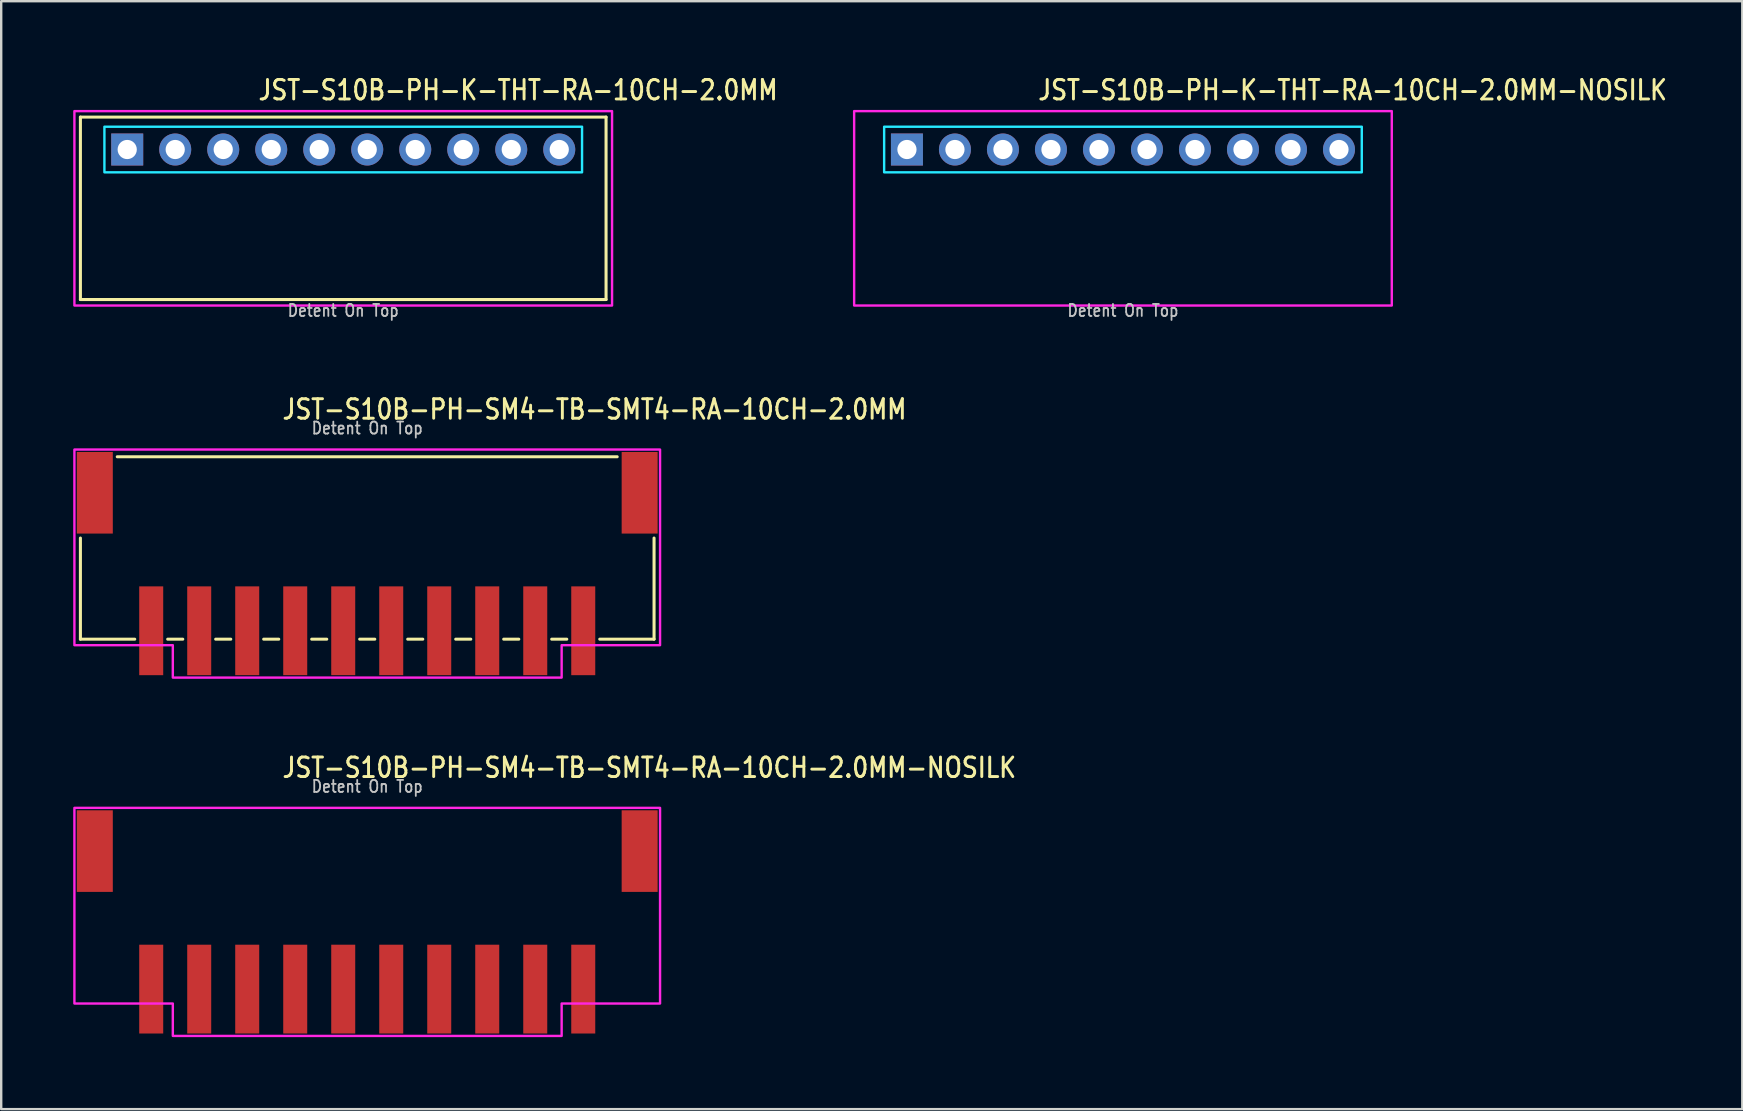
<source format=kicad_pcb>
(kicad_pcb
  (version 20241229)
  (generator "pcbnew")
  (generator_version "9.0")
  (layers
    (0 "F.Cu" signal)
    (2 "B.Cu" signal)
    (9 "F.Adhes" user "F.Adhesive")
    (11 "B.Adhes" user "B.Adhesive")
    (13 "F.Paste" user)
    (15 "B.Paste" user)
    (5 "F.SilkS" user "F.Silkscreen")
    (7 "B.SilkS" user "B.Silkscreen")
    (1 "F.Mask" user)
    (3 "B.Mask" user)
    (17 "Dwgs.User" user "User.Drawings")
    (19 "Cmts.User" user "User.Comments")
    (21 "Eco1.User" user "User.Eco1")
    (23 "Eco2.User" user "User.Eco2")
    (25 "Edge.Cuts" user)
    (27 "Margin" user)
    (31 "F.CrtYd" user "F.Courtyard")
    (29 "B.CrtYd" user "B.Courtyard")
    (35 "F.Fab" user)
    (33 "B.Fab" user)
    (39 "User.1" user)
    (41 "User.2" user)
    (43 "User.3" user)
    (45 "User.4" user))
  (footprint "JST-S10B-PH-SM4-TB-SMT4-RA-10CH-2.0MM"
    (layer "F.Cu")
    (at 12.25 17.48)
    (property "Reference" "JST-S10B-PH-SM4-TB-SMT4-RA-10CH-2.0MM" (at -3.6 -3 0) (unlocked yes) (layer "F.SilkS") (effects (font (size 0.813 0.695) (thickness 0.122)) (justify left bottom)))
    (fp_line (start -11.95 6.1) (end -11.95 1.887) (stroke (width 0.127) (type solid)) (layer "F.SilkS"))
    (fp_line (start -11.95 6.1) (end -9.687 6.1) (stroke (width 0.127) (type solid)) (layer "F.SilkS"))
    (fp_line (start -10.414 -1.5) (end 10.414 -1.5) (stroke (width 0.127) (type solid)) (layer "F.SilkS"))
    (fp_line (start -8.313 6.1) (end -7.686 6.1) (stroke (width 0.127) (type solid)) (layer "F.SilkS"))
    (fp_line (start -6.314 6.1) (end -5.686 6.1) (stroke (width 0.127) (type solid)) (layer "F.SilkS"))
    (fp_line (start -4.314 6.1) (end -3.687 6.1) (stroke (width 0.127) (type solid)) (layer "F.SilkS"))
    (fp_line (start -2.313 6.1) (end -1.687 6.1) (stroke (width 0.127) (type solid)) (layer "F.SilkS"))
    (fp_line (start -0.314 6.1) (end 0.314 6.1) (stroke (width 0.127) (type solid)) (layer "F.SilkS"))
    (fp_line (start 1.687 6.1) (end 2.313 6.1) (stroke (width 0.127) (type solid)) (layer "F.SilkS"))
    (fp_line (start 3.687 6.1) (end 4.314 6.1) (stroke (width 0.127) (type solid)) (layer "F.SilkS"))
    (fp_line (start 5.686 6.1) (end 6.314 6.1) (stroke (width 0.127) (type solid)) (layer "F.SilkS"))
    (fp_line (start 7.686 6.1) (end 8.313 6.1) (stroke (width 0.127) (type solid)) (layer "F.SilkS"))
    (fp_line (start 9.687 6.1) (end 11.95 6.1) (stroke (width 0.127) (type solid)) (layer "F.SilkS"))
    (fp_line (start 11.95 1.887) (end 11.95 6.1) (stroke (width 0.127) (type solid)) (layer "F.SilkS"))
    (fp_poly (pts (xy -12.2 -1.8) (xy -12.2 6.35) (xy -8.1 6.35) (xy -8.1 7.7) (xy 8.1 7.7) (xy 8.1 6.35) (xy 12.2 6.35) (xy 12.2 -1.8)) (stroke (width 0.1) (type solid)) (fill no) (layer "F.CrtYd"))
    (fp_text user "Detent On Top" (at 0 -2.4 0) (unlocked yes) (layer "Dwgs.User") (effects (font (size 0.5 0.427) (thickness 0.075)) (justify bottom)))
    (pad "1" smd rect (at 9 5.75) (size 1 3.7) (layers "F.Cu" "F.Mask" "F.Paste"))
    (pad "2" smd rect (at 7 5.75) (size 1 3.7) (layers "F.Cu" "F.Mask" "F.Paste"))
    (pad "3" smd rect (at 5 5.75) (size 1 3.7) (layers "F.Cu" "F.Mask" "F.Paste"))
    (pad "4" smd rect (at 3 5.75) (size 1 3.7) (layers "F.Cu" "F.Mask" "F.Paste"))
    (pad "5" smd rect (at 1 5.75) (size 1 3.7) (layers "F.Cu" "F.Mask" "F.Paste"))
    (pad "6" smd rect (at -1 5.75) (size 1 3.7) (layers "F.Cu" "F.Mask" "F.Paste"))
    (pad "7" smd rect (at -3 5.75) (size 1 3.7) (layers "F.Cu" "F.Mask" "F.Paste"))
    (pad "8" smd rect (at -5 5.75) (size 1 3.7) (layers "F.Cu" "F.Mask" "F.Paste"))
    (pad "9" smd rect (at -7 5.75) (size 1 3.7) (layers "F.Cu" "F.Mask" "F.Paste"))
    (pad "10" smd rect (at -9 5.75) (size 1 3.7) (layers "F.Cu" "F.Mask" "F.Paste"))
    (pad "S_1" smd rect (at -11.35 0) (size 1.5 3.4) (layers "F.Cu" "F.Mask" "F.Paste"))
    (pad "S_2" smd rect (at 11.35 0) (size 1.5 3.4) (layers "F.Cu" "F.Mask" "F.Paste")))
  (footprint "JST-S10B-PH-K-THT-RA-10CH-2.0MM"
    (layer "F.Cu")
    (at 11.25 3.179)
    (property "Reference" "JST-S10B-PH-K-THT-RA-10CH-2.0MM" (at -3.6 -2 0) (unlocked yes) (layer "F.SilkS") (effects (font (size 0.813 0.695) (thickness 0.122)) (justify left bottom)))
    (fp_line (start -10.95 -1.35) (end 10.95 -1.35) (stroke (width 0.127) (type solid)) (layer "F.SilkS"))
    (fp_line (start -10.95 6.25) (end -10.95 -1.35) (stroke (width 0.127) (type solid)) (layer "F.SilkS"))
    (fp_line (start -10.95 6.25) (end 10.95 6.25) (stroke (width 0.127) (type solid)) (layer "F.SilkS"))
    (fp_line (start 10.95 -1.35) (end 10.95 6.25) (stroke (width 0.127) (type solid)) (layer "F.SilkS"))
    (fp_poly (pts (xy -9.95 -0.95) (xy -9.95 0.95) (xy 9.95 0.95) (xy 9.95 -0.95)) (stroke (width 0.1) (type solid)) (fill no) (layer "B.CrtYd"))
    (fp_poly (pts (xy -11.2 -1.6) (xy -11.2 6.5) (xy 11.2 6.5) (xy 11.2 -1.6)) (stroke (width 0.1) (type solid)) (fill no) (layer "F.CrtYd"))
    (fp_text user "Detent On Top" (at 0 7 0) (unlocked yes) (layer "Dwgs.User") (effects (font (size 0.5 0.427) (thickness 0.075)) (justify bottom)))
    (pad "P$1" thru_hole rect (at -9 0) (size 1.333 1.333) (drill 0.8) (layers "*.Cu" "*.Mask"))
    (pad "P$2" thru_hole oval (at -7 0) (size 1.333 1.333) (drill 0.8) (layers "*.Cu" "*.Mask"))
    (pad "P$3" thru_hole oval (at -5 0) (size 1.333 1.333) (drill 0.8) (layers "*.Cu" "*.Mask"))
    (pad "P$4" thru_hole oval (at -3 0) (size 1.333 1.333) (drill 0.8) (layers "*.Cu" "*.Mask"))
    (pad "P$5" thru_hole oval (at -1 0) (size 1.333 1.333) (drill 0.8) (layers "*.Cu" "*.Mask"))
    (pad "P$6" thru_hole oval (at 1 0) (size 1.333 1.333) (drill 0.8) (layers "*.Cu" "*.Mask"))
    (pad "P$7" thru_hole oval (at 3 0) (size 1.333 1.333) (drill 0.8) (layers "*.Cu" "*.Mask"))
    (pad "P$8" thru_hole oval (at 5 0) (size 1.333 1.333) (drill 0.8) (layers "*.Cu" "*.Mask"))
    (pad "P$9" thru_hole oval (at 7 0) (size 1.333 1.333) (drill 0.8) (layers "*.Cu" "*.Mask"))
    (pad "P$10" thru_hole oval (at 9 0) (size 1.333 1.333) (drill 0.8) (layers "*.Cu" "*.Mask")))
  (footprint "JST-S10B-PH-SM4-TB-SMT4-RA-10CH-2.0MM-NOSILK"
    (layer "F.Cu")
    (at 12.25 32.409)
    (property "Reference" "JST-S10B-PH-SM4-TB-SMT4-RA-10CH-2.0MM-NOSILK" (at -3.6 -3 0) (unlocked yes) (layer "F.SilkS") (effects (font (size 0.813 0.695) (thickness 0.122)) (justify left bottom)))
    (fp_poly (pts (xy -12.2 -1.8) (xy -12.2 6.35) (xy -8.1 6.35) (xy -8.1 7.7) (xy 8.1 7.7) (xy 8.1 6.35) (xy 12.2 6.35) (xy 12.2 -1.8)) (stroke (width 0.1) (type solid)) (fill no) (layer "F.CrtYd"))
    (fp_text user "Detent On Top" (at 0 -2.4 0) (unlocked yes) (layer "Dwgs.User") (effects (font (size 0.5 0.427) (thickness 0.075)) (justify bottom)))
    (pad "1" smd rect (at 9 5.75) (size 1 3.7) (layers "F.Cu" "F.Mask" "F.Paste"))
    (pad "2" smd rect (at 7 5.75) (size 1 3.7) (layers "F.Cu" "F.Mask" "F.Paste"))
    (pad "3" smd rect (at 5 5.75) (size 1 3.7) (layers "F.Cu" "F.Mask" "F.Paste"))
    (pad "4" smd rect (at 3 5.75) (size 1 3.7) (layers "F.Cu" "F.Mask" "F.Paste"))
    (pad "5" smd rect (at 1 5.75) (size 1 3.7) (layers "F.Cu" "F.Mask" "F.Paste"))
    (pad "6" smd rect (at -1 5.75) (size 1 3.7) (layers "F.Cu" "F.Mask" "F.Paste"))
    (pad "7" smd rect (at -3 5.75) (size 1 3.7) (layers "F.Cu" "F.Mask" "F.Paste"))
    (pad "8" smd rect (at -5 5.75) (size 1 3.7) (layers "F.Cu" "F.Mask" "F.Paste"))
    (pad "9" smd rect (at -7 5.75) (size 1 3.7) (layers "F.Cu" "F.Mask" "F.Paste"))
    (pad "10" smd rect (at -9 5.75) (size 1 3.7) (layers "F.Cu" "F.Mask" "F.Paste"))
    (pad "S_1" smd rect (at -11.35 0) (size 1.5 3.4) (layers "F.Cu" "F.Mask" "F.Paste"))
    (pad "S_2" smd rect (at 11.35 0) (size 1.5 3.4) (layers "F.Cu" "F.Mask" "F.Paste")))
  (footprint "JST-S10B-PH-K-THT-RA-10CH-2.0MM-NOSILK"
    (layer "F.Cu")
    (at 43.736 3.179)
    (property "Reference" "JST-S10B-PH-K-THT-RA-10CH-2.0MM-NOSILK" (at -3.6 -2 0) (unlocked yes) (layer "F.SilkS") (effects (font (size 0.813 0.695) (thickness 0.122)) (justify left bottom)))
    (fp_poly (pts (xy -9.95 -0.95) (xy -9.95 0.95) (xy 9.95 0.95) (xy 9.95 -0.95)) (stroke (width 0.1) (type solid)) (fill no) (layer "B.CrtYd"))
    (fp_poly (pts (xy -11.2 -1.6) (xy -11.2 6.5) (xy 11.2 6.5) (xy 11.2 -1.6)) (stroke (width 0.1) (type solid)) (fill no) (layer "F.CrtYd"))
    (fp_text user "Detent On Top" (at 0 7 0) (unlocked yes) (layer "Dwgs.User") (effects (font (size 0.5 0.427) (thickness 0.075)) (justify bottom)))
    (pad "1" thru_hole rect (at -9 0) (size 1.333 1.333) (drill 0.8) (layers "*.Cu" "*.Mask"))
    (pad "2" thru_hole oval (at -7 0) (size 1.333 1.333) (drill 0.8) (layers "*.Cu" "*.Mask"))
    (pad "3" thru_hole oval (at -5 0) (size 1.333 1.333) (drill 0.8) (layers "*.Cu" "*.Mask"))
    (pad "4" thru_hole oval (at -3 0) (size 1.333 1.333) (drill 0.8) (layers "*.Cu" "*.Mask"))
    (pad "5" thru_hole oval (at -1 0) (size 1.333 1.333) (drill 0.8) (layers "*.Cu" "*.Mask"))
    (pad "6" thru_hole oval (at 1 0) (size 1.333 1.333) (drill 0.8) (layers "*.Cu" "*.Mask"))
    (pad "7" thru_hole oval (at 3 0) (size 1.333 1.333) (drill 0.8) (layers "*.Cu" "*.Mask"))
    (pad "8" thru_hole oval (at 5 0) (size 1.333 1.333) (drill 0.8) (layers "*.Cu" "*.Mask"))
    (pad "9" thru_hole oval (at 7 0) (size 1.333 1.333) (drill 0.8) (layers "*.Cu" "*.Mask"))
    (pad "10" thru_hole oval (at 9 0) (size 1.333 1.333) (drill 0.8) (layers "*.Cu" "*.Mask")))
  (gr_rect
    (start -3 -3)
    (end 69.539 43.159)
    (stroke (width 0.1) (type default))
    (fill no)
    (layer "Edge.Cuts")))
</source>
